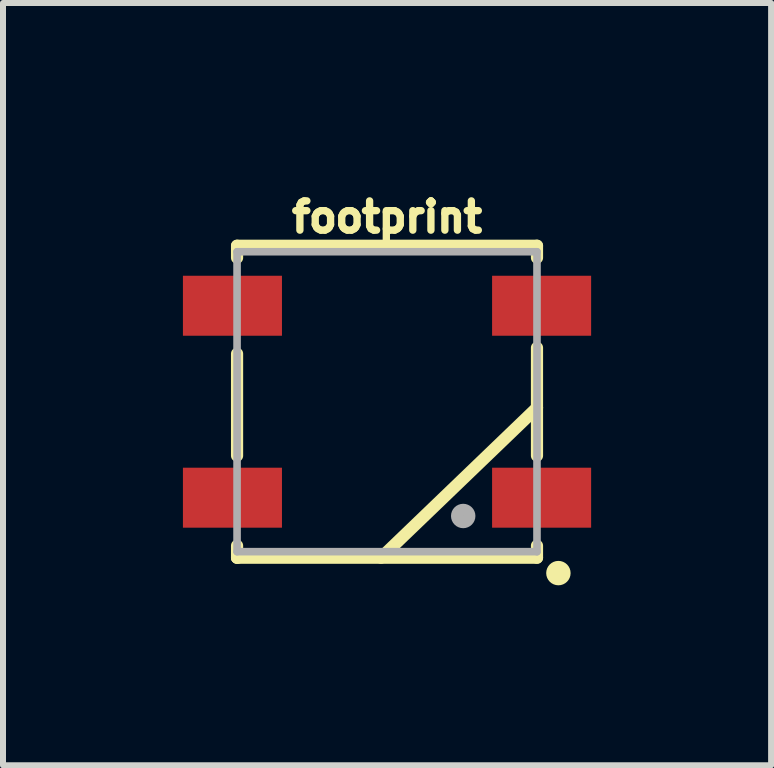
<source format=kicad_pcb>
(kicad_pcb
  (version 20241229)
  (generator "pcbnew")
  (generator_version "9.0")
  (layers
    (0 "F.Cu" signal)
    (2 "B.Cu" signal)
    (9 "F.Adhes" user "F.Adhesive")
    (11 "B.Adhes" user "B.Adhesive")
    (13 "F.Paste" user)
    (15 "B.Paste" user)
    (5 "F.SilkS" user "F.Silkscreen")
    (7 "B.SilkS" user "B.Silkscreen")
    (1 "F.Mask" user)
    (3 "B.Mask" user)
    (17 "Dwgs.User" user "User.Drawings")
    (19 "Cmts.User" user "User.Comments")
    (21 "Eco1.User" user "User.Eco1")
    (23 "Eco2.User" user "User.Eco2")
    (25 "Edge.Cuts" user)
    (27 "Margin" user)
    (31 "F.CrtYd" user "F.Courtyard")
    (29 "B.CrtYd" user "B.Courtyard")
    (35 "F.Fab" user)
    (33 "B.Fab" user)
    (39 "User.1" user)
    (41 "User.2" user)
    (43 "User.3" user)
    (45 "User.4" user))
  (footprint "footprint"
    (layer "F.Cu")
    (at 3.402 3.647)
    (property "Reference" "footprint" (at 0 -2.794 0) (layer "F.SilkS") (effects (font (size 0.488 0.488) (thickness 0.122)) (justify bottom)))
    (fp_line (start -2.5 -2.6) (end 2.5 -2.6) (stroke (width 0.203) (type solid)) (layer "F.SilkS"))
    (fp_line (start -2.5 -2.4) (end -2.5 -2.6) (stroke (width 0.203) (type solid)) (layer "F.SilkS"))
    (fp_line (start -2.5 0.9) (end -2.5 -0.8) (stroke (width 0.203) (type solid)) (layer "F.SilkS"))
    (fp_line (start -2.5 2.4) (end -2.5 2.6) (stroke (width 0.203) (type solid)) (layer "F.SilkS"))
    (fp_line (start -2.5 2.6) (end 2.5 2.6) (stroke (width 0.203) (type solid)) (layer "F.SilkS"))
    (fp_line (start -2.459 2.591) (end -2.5 2.6) (stroke (width 0.203) (type solid)) (layer "F.SilkS"))
    (fp_line (start 2.5 -2.6) (end 2.5 -2.4) (stroke (width 0.203) (type solid)) (layer "F.SilkS"))
    (fp_line (start 2.5 -0.9) (end 2.5 0.1) (stroke (width 0.203) (type solid)) (layer "F.SilkS"))
    (fp_line (start 2.5 0.1) (end -0.1 2.6) (stroke (width 0.203) (type solid)) (layer "F.SilkS"))
    (fp_line (start 2.5 0.1) (end 2.5 0.9) (stroke (width 0.203) (type solid)) (layer "F.SilkS"))
    (fp_line (start 2.5 2.6) (end 2.5 2.4) (stroke (width 0.203) (type solid)) (layer "F.SilkS"))
    (fp_circle (center 2.857 2.857) (end 2.959 2.857) (stroke (width 0.203) (type solid)) (fill yes) (layer "F.SilkS"))
    (fp_line (start -2.5 -2.5) (end -2.5 2.5) (stroke (width 0.127) (type solid)) (layer "F.Fab"))
    (fp_line (start -2.5 2.5) (end 2.5 2.5) (stroke (width 0.127) (type solid)) (layer "F.Fab"))
    (fp_line (start 2.5 -2.5) (end -2.5 -2.5) (stroke (width 0.127) (type solid)) (layer "F.Fab"))
    (fp_line (start 2.5 2.5) (end 2.5 -2.5) (stroke (width 0.127) (type solid)) (layer "F.Fab"))
    (fp_circle (center 1.27 1.905) (end 1.372 1.905) (stroke (width 0.203) (type solid)) (fill no) (layer "F.Fab"))
    (pad "DI" smd rect (at 2.577 -1.6) (size 1.651 1) (layers "F.Cu" "F.Mask" "F.Paste"))
    (pad "DO" smd rect (at -2.577 1.6) (size 1.651 1) (layers "F.Cu" "F.Mask" "F.Paste"))
    (pad "GND" smd rect (at 2.577 1.6) (size 1.651 1) (layers "F.Cu" "F.Mask" "F.Paste"))
    (pad "VCC" smd rect (at -2.577 -1.6) (size 1.651 1) (layers "F.Cu" "F.Mask" "F.Paste")))
  (gr_rect
    (start -3 -3)
    (end 9.805 9.708)
    (stroke (width 0.1) (type default))
    (fill no)
    (layer "Edge.Cuts")))
</source>
